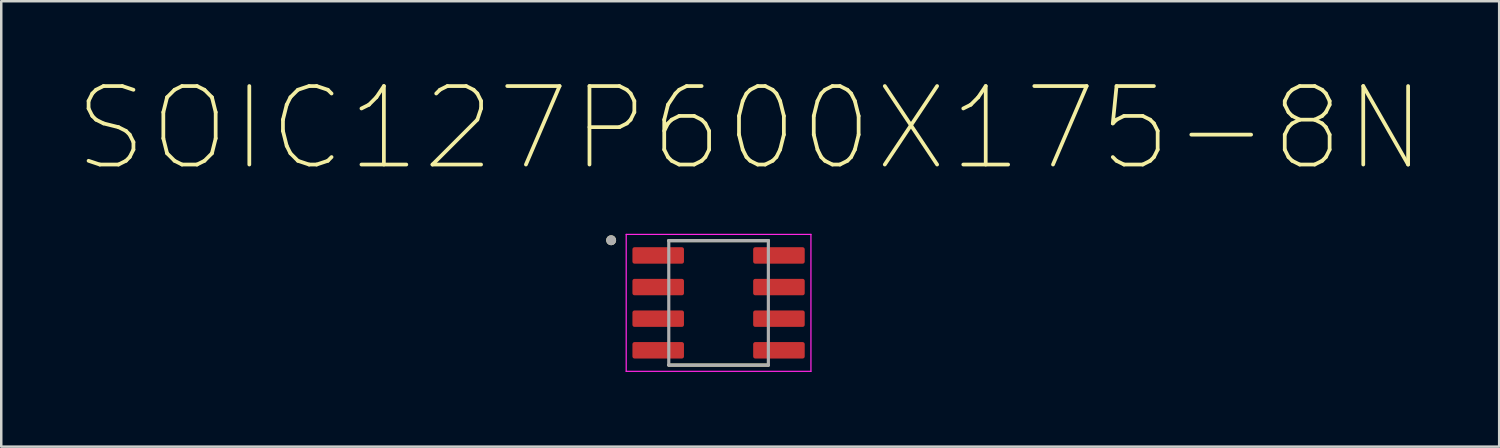
<source format=kicad_pcb>
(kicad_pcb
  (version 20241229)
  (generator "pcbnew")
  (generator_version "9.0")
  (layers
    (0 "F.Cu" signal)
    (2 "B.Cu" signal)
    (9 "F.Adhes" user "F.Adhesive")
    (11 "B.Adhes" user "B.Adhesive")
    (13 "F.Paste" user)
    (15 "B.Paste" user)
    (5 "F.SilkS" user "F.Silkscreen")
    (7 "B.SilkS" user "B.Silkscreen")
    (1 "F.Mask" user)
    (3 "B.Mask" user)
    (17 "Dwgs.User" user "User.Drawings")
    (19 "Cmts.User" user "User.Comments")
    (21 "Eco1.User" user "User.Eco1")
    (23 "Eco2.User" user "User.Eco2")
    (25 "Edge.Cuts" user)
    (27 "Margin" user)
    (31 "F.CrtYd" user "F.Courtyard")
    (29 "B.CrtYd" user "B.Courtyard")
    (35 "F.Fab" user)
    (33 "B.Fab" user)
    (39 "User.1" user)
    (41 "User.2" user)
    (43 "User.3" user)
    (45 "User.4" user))
  (footprint "SOIC127P600X175-8N"
    (layer "F.Cu")
    (at 25.812 9.115)
    (property "Reference" "SOIC127P600X175-8N" (at 1.271 -7.007 0) (layer "F.SilkS") (effects (font (size 3.153 3.153) (thickness 0.15))))
    (attr smd)
    (fp_line (start -2 -2.5) (end 2 -2.5) (stroke (width 0.127) (type solid)) (layer "F.SilkS"))
    (fp_line (start -2 2.5) (end 2 2.5) (stroke (width 0.127) (type solid)) (layer "F.SilkS"))
    (fp_circle (center -4.315 -2.515) (end -4.215 -2.515) (stroke (width 0.2) (type solid)) (fill no) (layer "F.SilkS"))
    (fp_line (start -3.71 -2.75) (end -3.71 2.75) (stroke (width 0.05) (type solid)) (layer "F.CrtYd"))
    (fp_line (start -3.71 -2.75) (end 3.71 -2.75) (stroke (width 0.05) (type solid)) (layer "F.CrtYd"))
    (fp_line (start -3.71 2.75) (end 3.71 2.75) (stroke (width 0.05) (type solid)) (layer "F.CrtYd"))
    (fp_line (start 3.71 -2.75) (end 3.71 2.75) (stroke (width 0.05) (type solid)) (layer "F.CrtYd"))
    (fp_line (start -2 -2.5) (end -2 2.5) (stroke (width 0.127) (type solid)) (layer "F.Fab"))
    (fp_line (start -2 -2.5) (end 2 -2.5) (stroke (width 0.127) (type solid)) (layer "F.Fab"))
    (fp_line (start -2 2.5) (end 2 2.5) (stroke (width 0.127) (type solid)) (layer "F.Fab"))
    (fp_line (start 2 -2.5) (end 2 2.5) (stroke (width 0.127) (type solid)) (layer "F.Fab"))
    (fp_circle (center -4.315 -2.515) (end -4.215 -2.515) (stroke (width 0.2) (type solid)) (fill no) (layer "F.Fab"))
    (pad "1" smd roundrect (at -2.425 -1.905) (size 2.07 0.66) (layers "F.Cu" "F.Mask" "F.Paste") (roundrect_rratio 0.125))
    (pad "2" smd roundrect (at -2.425 -0.635) (size 2.07 0.66) (layers "F.Cu" "F.Mask" "F.Paste") (roundrect_rratio 0.125))
    (pad "3" smd roundrect (at -2.425 0.635) (size 2.07 0.66) (layers "F.Cu" "F.Mask" "F.Paste") (roundrect_rratio 0.125))
    (pad "4" smd roundrect (at -2.425 1.905) (size 2.07 0.66) (layers "F.Cu" "F.Mask" "F.Paste") (roundrect_rratio 0.125))
    (pad "5" smd roundrect (at 2.425 1.905) (size 2.07 0.66) (layers "F.Cu" "F.Mask" "F.Paste") (roundrect_rratio 0.125))
    (pad "6" smd roundrect (at 2.425 0.635) (size 2.07 0.66) (layers "F.Cu" "F.Mask" "F.Paste") (roundrect_rratio 0.125))
    (pad "7" smd roundrect (at 2.425 -0.635) (size 2.07 0.66) (layers "F.Cu" "F.Mask" "F.Paste") (roundrect_rratio 0.125))
    (pad "8" smd roundrect (at 2.425 -1.905) (size 2.07 0.66) (layers "F.Cu" "F.Mask" "F.Paste") (roundrect_rratio 0.125)))
  (gr_rect
    (start -3 -3)
    (end 57.166 14.89)
    (stroke (width 0.1) (type default))
    (fill no)
    (layer "Edge.Cuts")))
</source>
